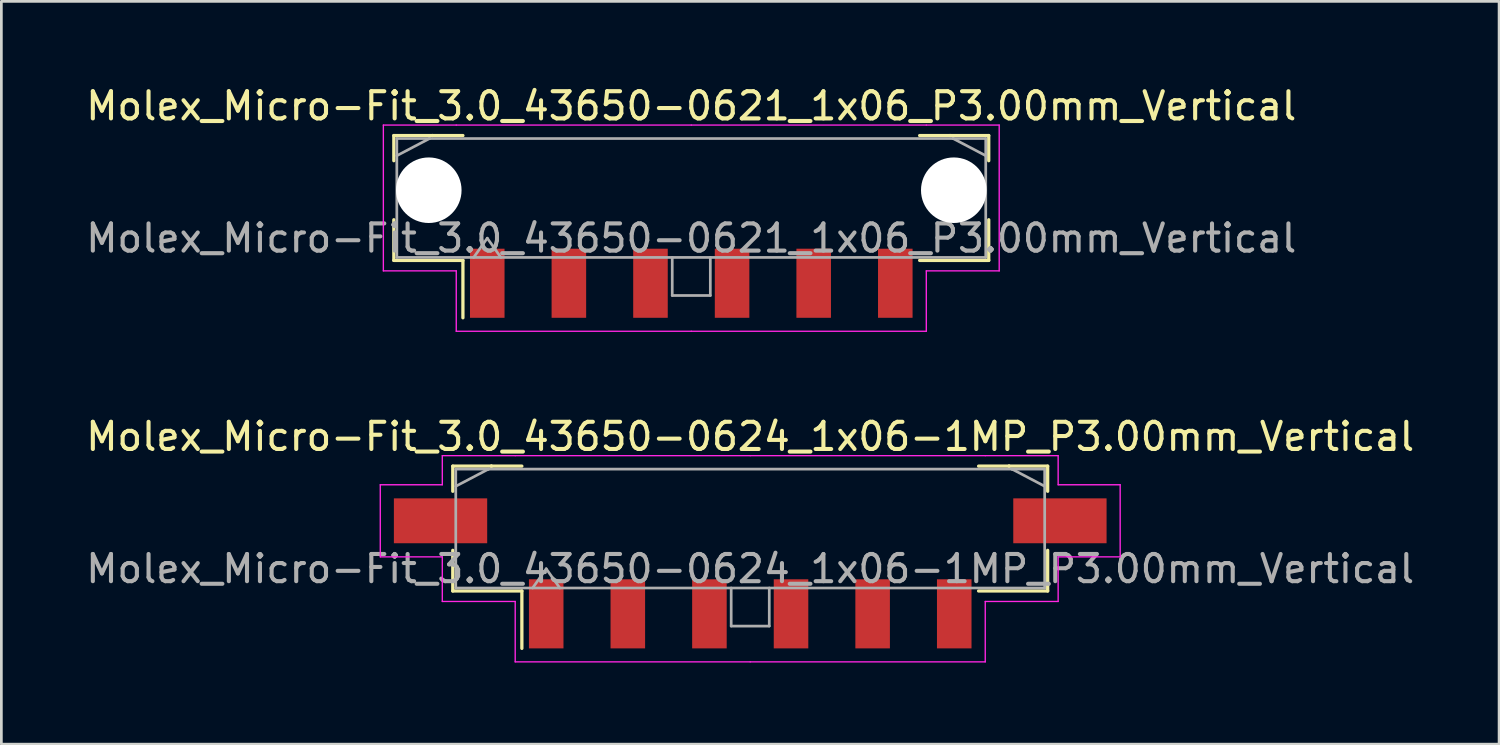
<source format=kicad_pcb>
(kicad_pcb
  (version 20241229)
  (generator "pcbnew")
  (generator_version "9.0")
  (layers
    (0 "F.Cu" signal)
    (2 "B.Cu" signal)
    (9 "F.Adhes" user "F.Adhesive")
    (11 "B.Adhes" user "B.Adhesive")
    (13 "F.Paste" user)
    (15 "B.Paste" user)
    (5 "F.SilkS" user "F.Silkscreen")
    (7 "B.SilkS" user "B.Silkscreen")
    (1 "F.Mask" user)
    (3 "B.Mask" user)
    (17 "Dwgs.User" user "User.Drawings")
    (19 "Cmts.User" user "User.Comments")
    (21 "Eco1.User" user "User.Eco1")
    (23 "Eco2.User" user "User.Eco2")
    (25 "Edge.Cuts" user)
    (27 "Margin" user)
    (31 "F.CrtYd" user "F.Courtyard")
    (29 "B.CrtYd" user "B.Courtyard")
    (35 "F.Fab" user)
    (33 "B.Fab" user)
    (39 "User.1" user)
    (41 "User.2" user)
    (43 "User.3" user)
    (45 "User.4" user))
  (footprint "Molex_Micro-Fit_3.0_43650-0621_1x06_P3.00mm_Vertical"
    (layer "F.Cu")
    (at 22.363 4.228)
    (property "Reference" "Molex_Micro-Fit_3.0_43650-0621_1x06_P3.00mm_Vertical" (at 0 -3.38 0) (layer "F.SilkS") (effects (font (size 1 1) (thickness 0.15))))
    (attr smd)
    (fp_line (start -10.935 -2.295) (end -9.515 -2.295) (stroke (width 0.12) (type solid)) (layer "F.SilkS"))
    (fp_line (start -10.935 -1.37) (end -10.935 -2.295) (stroke (width 0.12) (type solid)) (layer "F.SilkS"))
    (fp_line (start -10.935 0.8) (end -10.935 2.295) (stroke (width 0.12) (type solid)) (layer "F.SilkS"))
    (fp_line (start -10.935 2.295) (end -8.395 2.295) (stroke (width 0.12) (type solid)) (layer "F.SilkS"))
    (fp_line (start -9.515 -2.295) (end -9.515 -2.295) (stroke (width 0.12) (type solid)) (layer "F.SilkS"))
    (fp_line (start -9.515 -2.295) (end -8.395 -2.295) (stroke (width 0.12) (type solid)) (layer "F.SilkS"))
    (fp_line (start -8.395 2.295) (end -8.395 4.405) (stroke (width 0.12) (type solid)) (layer "F.SilkS"))
    (fp_line (start 9.515 -2.295) (end 8.395 -2.295) (stroke (width 0.12) (type solid)) (layer "F.SilkS"))
    (fp_line (start 9.515 -2.295) (end 9.515 -2.295) (stroke (width 0.12) (type solid)) (layer "F.SilkS"))
    (fp_line (start 10.935 -2.295) (end 9.515 -2.295) (stroke (width 0.12) (type solid)) (layer "F.SilkS"))
    (fp_line (start 10.935 -1.37) (end 10.935 -2.295) (stroke (width 0.12) (type solid)) (layer "F.SilkS"))
    (fp_line (start 10.935 0.8) (end 10.935 2.295) (stroke (width 0.12) (type solid)) (layer "F.SilkS"))
    (fp_line (start 10.935 2.295) (end 8.395 2.295) (stroke (width 0.12) (type solid)) (layer "F.SilkS"))
    (fp_line (start -11.32 -2.68) (end -11.32 2.68) (stroke (width 0.05) (type solid)) (layer "F.CrtYd"))
    (fp_line (start -11.32 2.68) (end -8.64 2.68) (stroke (width 0.05) (type solid)) (layer "F.CrtYd"))
    (fp_line (start -8.64 -2.68) (end -11.32 -2.68) (stroke (width 0.05) (type solid)) (layer "F.CrtYd"))
    (fp_line (start -8.64 2.68) (end -8.64 4.9) (stroke (width 0.05) (type solid)) (layer "F.CrtYd"))
    (fp_line (start -8.64 4.9) (end 0 4.9) (stroke (width 0.05) (type solid)) (layer "F.CrtYd"))
    (fp_line (start 0 -2.68) (end -8.64 -2.68) (stroke (width 0.05) (type solid)) (layer "F.CrtYd"))
    (fp_line (start 0 -2.68) (end 8.64 -2.68) (stroke (width 0.05) (type solid)) (layer "F.CrtYd"))
    (fp_line (start 8.64 -2.68) (end 11.32 -2.68) (stroke (width 0.05) (type solid)) (layer "F.CrtYd"))
    (fp_line (start 8.64 2.68) (end 8.64 4.9) (stroke (width 0.05) (type solid)) (layer "F.CrtYd"))
    (fp_line (start 8.64 4.9) (end 0 4.9) (stroke (width 0.05) (type solid)) (layer "F.CrtYd"))
    (fp_line (start 11.32 -2.68) (end 11.32 2.68) (stroke (width 0.05) (type solid)) (layer "F.CrtYd"))
    (fp_line (start 11.32 2.68) (end 8.64 2.68) (stroke (width 0.05) (type solid)) (layer "F.CrtYd"))
    (fp_line (start -10.825 -2.185) (end -10.825 2.185) (stroke (width 0.1) (type solid)) (layer "F.Fab"))
    (fp_line (start -10.825 -1.555) (end -9.625 -2.185) (stroke (width 0.1) (type solid)) (layer "F.Fab"))
    (fp_line (start -10.825 2.185) (end 10.825 2.185) (stroke (width 0.1) (type solid)) (layer "F.Fab"))
    (fp_line (start -9.625 -2.185) (end -10.825 -2.185) (stroke (width 0.1) (type solid)) (layer "F.Fab"))
    (fp_line (start -9.625 -2.185) (end -9.625 -2.185) (stroke (width 0.1) (type solid)) (layer "F.Fab"))
    (fp_line (start -8 2.185) (end -7.5 1.478) (stroke (width 0.1) (type solid)) (layer "F.Fab"))
    (fp_line (start -7.5 1.478) (end -7 2.185) (stroke (width 0.1) (type solid)) (layer "F.Fab"))
    (fp_line (start -0.7 2.185) (end -0.7 3.585) (stroke (width 0.1) (type solid)) (layer "F.Fab"))
    (fp_line (start -0.7 3.585) (end 0.7 3.585) (stroke (width 0.1) (type solid)) (layer "F.Fab"))
    (fp_line (start 0.7 3.585) (end 0.7 2.185) (stroke (width 0.1) (type solid)) (layer "F.Fab"))
    (fp_line (start 9.625 -2.185) (end -9.625 -2.185) (stroke (width 0.1) (type solid)) (layer "F.Fab"))
    (fp_line (start 9.625 -2.185) (end 9.625 -2.185) (stroke (width 0.1) (type solid)) (layer "F.Fab"))
    (fp_line (start 10.825 -2.185) (end 9.625 -2.185) (stroke (width 0.1) (type solid)) (layer "F.Fab"))
    (fp_line (start 10.825 -1.555) (end 9.625 -2.185) (stroke (width 0.1) (type solid)) (layer "F.Fab"))
    (fp_line (start 10.825 2.185) (end 10.825 -2.185) (stroke (width 0.1) (type solid)) (layer "F.Fab"))
    (fp_text user "${REFERENCE}" (at 0 1.48 0) (layer "F.Fab") (effects (font (size 1 1) (thickness 0.15))))
    (pad "" np_thru_hole circle (at -9.65 -0.285) (size 2.41 2.41) (drill 2.41) (layers "*.Cu" "*.Mask"))
    (pad "" np_thru_hole circle (at 9.65 -0.285) (size 2.41 2.41) (drill 2.41) (layers "*.Cu" "*.Mask"))
    (pad "1" smd rect (at -7.5 3.135) (size 1.27 2.54) (layers "F.Cu" "F.Mask" "F.Paste"))
    (pad "2" smd rect (at -4.5 3.135) (size 1.27 2.54) (layers "F.Cu" "F.Mask" "F.Paste"))
    (pad "3" smd rect (at -1.5 3.135) (size 1.27 2.54) (layers "F.Cu" "F.Mask" "F.Paste"))
    (pad "4" smd rect (at 1.5 3.135) (size 1.27 2.54) (layers "F.Cu" "F.Mask" "F.Paste"))
    (pad "5" smd rect (at 4.5 3.135) (size 1.27 2.54) (layers "F.Cu" "F.Mask" "F.Paste"))
    (pad "6" smd rect (at 7.5 3.135) (size 1.27 2.54) (layers "F.Cu" "F.Mask" "F.Paste")))
  (footprint "Molex_Micro-Fit_3.0_43650-0624_1x06-1MP_P3.00mm_Vertical"
    (layer "F.Cu")
    (at 24.53 16.381)
    (property "Reference" "Molex_Micro-Fit_3.0_43650-0624_1x06-1MP_P3.00mm_Vertical" (at 0 -3.38 0) (layer "F.SilkS") (effects (font (size 1 1) (thickness 0.15))))
    (attr smd)
    (fp_line (start -10.935 -2.295) (end -9.515 -2.295) (stroke (width 0.12) (type solid)) (layer "F.SilkS"))
    (fp_line (start -10.935 -1.37) (end -10.935 -2.295) (stroke (width 0.12) (type solid)) (layer "F.SilkS"))
    (fp_line (start -10.935 0.8) (end -10.935 2.295) (stroke (width 0.12) (type solid)) (layer "F.SilkS"))
    (fp_line (start -10.935 2.295) (end -8.395 2.295) (stroke (width 0.12) (type solid)) (layer "F.SilkS"))
    (fp_line (start -9.515 -2.295) (end -9.515 -2.295) (stroke (width 0.12) (type solid)) (layer "F.SilkS"))
    (fp_line (start -9.515 -2.295) (end -8.395 -2.295) (stroke (width 0.12) (type solid)) (layer "F.SilkS"))
    (fp_line (start -8.395 2.295) (end -8.395 4.405) (stroke (width 0.12) (type solid)) (layer "F.SilkS"))
    (fp_line (start 9.515 -2.295) (end 8.395 -2.295) (stroke (width 0.12) (type solid)) (layer "F.SilkS"))
    (fp_line (start 9.515 -2.295) (end 9.515 -2.295) (stroke (width 0.12) (type solid)) (layer "F.SilkS"))
    (fp_line (start 10.935 -2.295) (end 9.515 -2.295) (stroke (width 0.12) (type solid)) (layer "F.SilkS"))
    (fp_line (start 10.935 -1.37) (end 10.935 -2.295) (stroke (width 0.12) (type solid)) (layer "F.SilkS"))
    (fp_line (start 10.935 0.8) (end 10.935 2.295) (stroke (width 0.12) (type solid)) (layer "F.SilkS"))
    (fp_line (start 10.935 2.295) (end 8.395 2.295) (stroke (width 0.12) (type solid)) (layer "F.SilkS"))
    (fp_line (start -13.6 -1.61) (end -13.6 1.04) (stroke (width 0.05) (type solid)) (layer "F.CrtYd"))
    (fp_line (start -13.6 1.04) (end -11.32 1.04) (stroke (width 0.05) (type solid)) (layer "F.CrtYd"))
    (fp_line (start -11.32 -2.68) (end -11.32 -1.61) (stroke (width 0.05) (type solid)) (layer "F.CrtYd"))
    (fp_line (start -11.32 -1.61) (end -13.6 -1.61) (stroke (width 0.05) (type solid)) (layer "F.CrtYd"))
    (fp_line (start -11.32 1.04) (end -11.32 2.68) (stroke (width 0.05) (type solid)) (layer "F.CrtYd"))
    (fp_line (start -11.32 2.68) (end -8.64 2.68) (stroke (width 0.05) (type solid)) (layer "F.CrtYd"))
    (fp_line (start -8.64 -2.68) (end -11.32 -2.68) (stroke (width 0.05) (type solid)) (layer "F.CrtYd"))
    (fp_line (start -8.64 2.68) (end -8.64 4.9) (stroke (width 0.05) (type solid)) (layer "F.CrtYd"))
    (fp_line (start -8.64 4.9) (end 0 4.9) (stroke (width 0.05) (type solid)) (layer "F.CrtYd"))
    (fp_line (start 0 -2.68) (end -8.64 -2.68) (stroke (width 0.05) (type solid)) (layer "F.CrtYd"))
    (fp_line (start 0 -2.68) (end 8.64 -2.68) (stroke (width 0.05) (type solid)) (layer "F.CrtYd"))
    (fp_line (start 8.64 -2.68) (end 11.32 -2.68) (stroke (width 0.05) (type solid)) (layer "F.CrtYd"))
    (fp_line (start 8.64 2.68) (end 8.64 4.9) (stroke (width 0.05) (type solid)) (layer "F.CrtYd"))
    (fp_line (start 8.64 4.9) (end 0 4.9) (stroke (width 0.05) (type solid)) (layer "F.CrtYd"))
    (fp_line (start 11.32 -2.68) (end 11.32 -1.61) (stroke (width 0.05) (type solid)) (layer "F.CrtYd"))
    (fp_line (start 11.32 -1.61) (end 13.6 -1.61) (stroke (width 0.05) (type solid)) (layer "F.CrtYd"))
    (fp_line (start 11.32 1.04) (end 11.32 2.68) (stroke (width 0.05) (type solid)) (layer "F.CrtYd"))
    (fp_line (start 11.32 2.68) (end 8.64 2.68) (stroke (width 0.05) (type solid)) (layer "F.CrtYd"))
    (fp_line (start 13.6 -1.61) (end 13.6 1.04) (stroke (width 0.05) (type solid)) (layer "F.CrtYd"))
    (fp_line (start 13.6 1.04) (end 11.32 1.04) (stroke (width 0.05) (type solid)) (layer "F.CrtYd"))
    (fp_line (start -10.825 -2.185) (end -10.825 2.185) (stroke (width 0.1) (type solid)) (layer "F.Fab"))
    (fp_line (start -10.825 -1.555) (end -9.625 -2.185) (stroke (width 0.1) (type solid)) (layer "F.Fab"))
    (fp_line (start -10.825 2.185) (end 10.825 2.185) (stroke (width 0.1) (type solid)) (layer "F.Fab"))
    (fp_line (start -9.625 -2.185) (end -10.825 -2.185) (stroke (width 0.1) (type solid)) (layer "F.Fab"))
    (fp_line (start -9.625 -2.185) (end -9.625 -2.185) (stroke (width 0.1) (type solid)) (layer "F.Fab"))
    (fp_line (start -8 2.185) (end -7.5 1.478) (stroke (width 0.1) (type solid)) (layer "F.Fab"))
    (fp_line (start -7.5 1.478) (end -7 2.185) (stroke (width 0.1) (type solid)) (layer "F.Fab"))
    (fp_line (start -0.7 2.185) (end -0.7 3.585) (stroke (width 0.1) (type solid)) (layer "F.Fab"))
    (fp_line (start -0.7 3.585) (end 0.7 3.585) (stroke (width 0.1) (type solid)) (layer "F.Fab"))
    (fp_line (start 0.7 3.585) (end 0.7 2.185) (stroke (width 0.1) (type solid)) (layer "F.Fab"))
    (fp_line (start 9.625 -2.185) (end -9.625 -2.185) (stroke (width 0.1) (type solid)) (layer "F.Fab"))
    (fp_line (start 9.625 -2.185) (end 9.625 -2.185) (stroke (width 0.1) (type solid)) (layer "F.Fab"))
    (fp_line (start 10.825 -2.185) (end 9.625 -2.185) (stroke (width 0.1) (type solid)) (layer "F.Fab"))
    (fp_line (start 10.825 -1.555) (end 9.625 -2.185) (stroke (width 0.1) (type solid)) (layer "F.Fab"))
    (fp_line (start 10.825 2.185) (end 10.825 -2.185) (stroke (width 0.1) (type solid)) (layer "F.Fab"))
    (fp_text user "${REFERENCE}" (at 0 1.48 0) (layer "F.Fab") (effects (font (size 1 1) (thickness 0.15))))
    (pad "1" smd rect (at -7.5 3.135) (size 1.27 2.54) (layers "F.Cu" "F.Mask" "F.Paste"))
    (pad "2" smd rect (at -4.5 3.135) (size 1.27 2.54) (layers "F.Cu" "F.Mask" "F.Paste"))
    (pad "3" smd rect (at -1.5 3.135) (size 1.27 2.54) (layers "F.Cu" "F.Mask" "F.Paste"))
    (pad "4" smd rect (at 1.5 3.135) (size 1.27 2.54) (layers "F.Cu" "F.Mask" "F.Paste"))
    (pad "5" smd rect (at 4.5 3.135) (size 1.27 2.54) (layers "F.Cu" "F.Mask" "F.Paste"))
    (pad "6" smd rect (at 7.5 3.135) (size 1.27 2.54) (layers "F.Cu" "F.Mask" "F.Paste"))
    (pad "MP" smd rect (at -11.385 -0.285) (size 3.43 1.65) (layers "F.Cu" "F.Mask" "F.Paste"))
    (pad "MP" smd rect (at 11.385 -0.285) (size 3.43 1.65) (layers "F.Cu" "F.Mask" "F.Paste")))
  (gr_rect
    (start -3 -3)
    (end 52.06 24.306)
    (stroke (width 0.1) (type default))
    (fill no)
    (layer "Edge.Cuts")))
</source>
